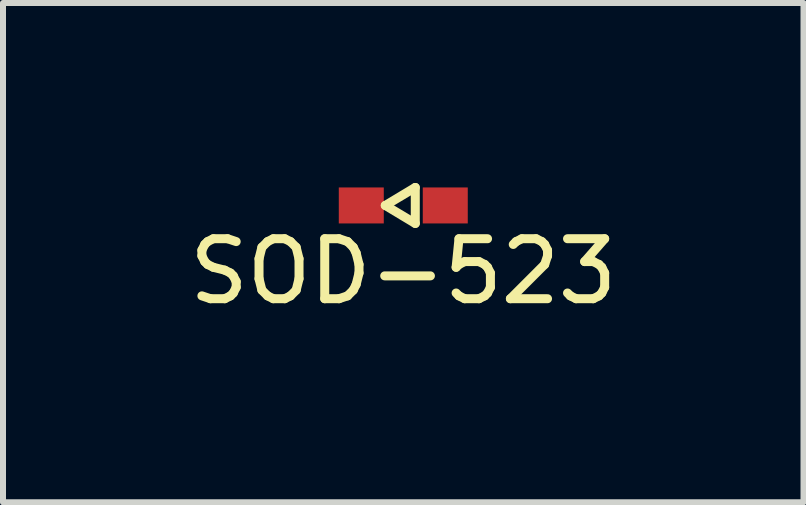
<source format=kicad_pcb>
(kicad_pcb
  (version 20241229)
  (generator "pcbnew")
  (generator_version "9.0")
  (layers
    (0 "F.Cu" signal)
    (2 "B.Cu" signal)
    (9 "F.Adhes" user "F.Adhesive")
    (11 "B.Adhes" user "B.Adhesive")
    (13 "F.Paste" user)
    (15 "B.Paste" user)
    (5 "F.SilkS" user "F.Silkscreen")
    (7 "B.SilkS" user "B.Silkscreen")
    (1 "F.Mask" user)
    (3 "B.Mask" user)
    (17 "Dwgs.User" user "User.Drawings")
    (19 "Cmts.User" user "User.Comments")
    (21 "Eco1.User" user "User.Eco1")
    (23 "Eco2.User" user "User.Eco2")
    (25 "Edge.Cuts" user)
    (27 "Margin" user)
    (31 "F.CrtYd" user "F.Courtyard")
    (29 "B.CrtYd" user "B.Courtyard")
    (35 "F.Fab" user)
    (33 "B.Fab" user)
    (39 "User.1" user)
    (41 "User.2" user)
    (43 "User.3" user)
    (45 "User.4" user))
  (footprint "SOD-523"
    (layer "F.Cu")
    (at 3.673 0.375)
    (property "Reference" "SOD-523" (at 0 1.1 0) (layer "F.SilkS") (effects (font (size 1 1) (thickness 0.15))))
    (attr through_hole)
    (fp_line (start -0.3 0) (end 0.2 -0.3) (stroke (width 0.15) (type solid)) (layer "F.SilkS"))
    (fp_line (start 0.2 -0.3) (end 0.2 0.3) (stroke (width 0.15) (type solid)) (layer "F.SilkS"))
    (fp_line (start 0.2 0.3) (end -0.3 0) (stroke (width 0.15) (type solid)) (layer "F.SilkS"))
    (pad "1" smd rect (at -0.7 0) (size 0.75 0.6) (layers "F.Cu" "F.Mask" "F.Paste"))
    (pad "2" smd rect (at 0.7 0) (size 0.75 0.6) (layers "F.Cu" "F.Mask" "F.Paste")))
  (gr_rect
    (start -3 -3)
    (end 10.345 5.323)
    (stroke (width 0.1) (type default))
    (fill no)
    (layer "Edge.Cuts")))
</source>
